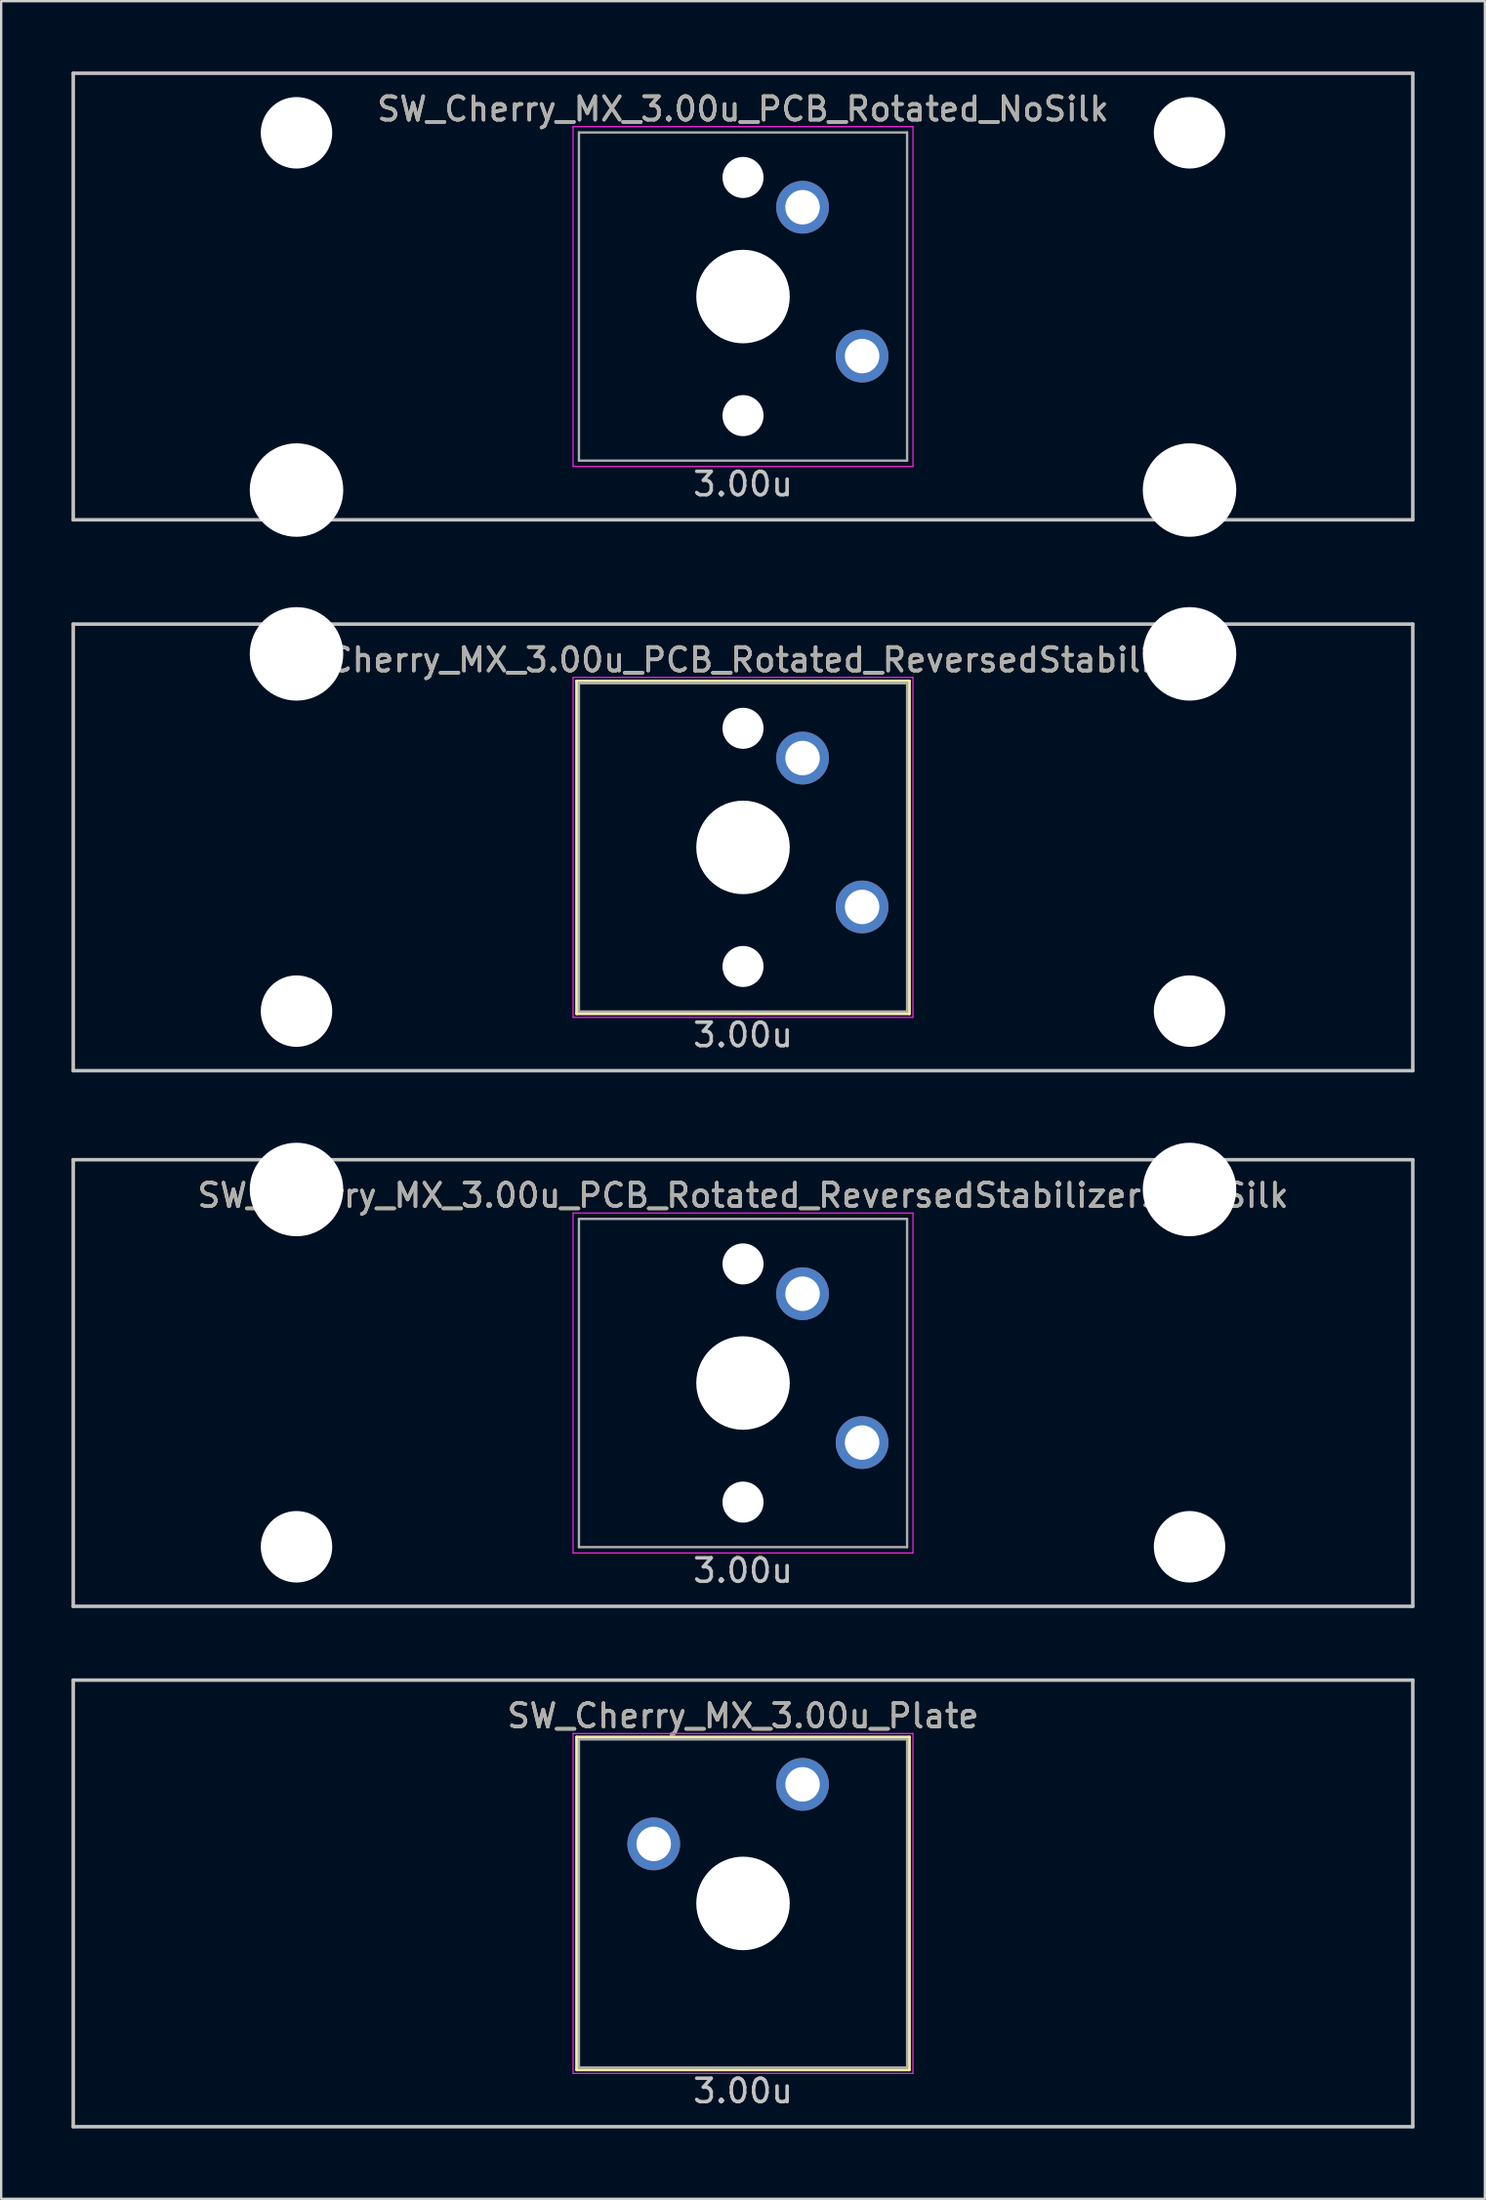
<source format=kicad_pcb>
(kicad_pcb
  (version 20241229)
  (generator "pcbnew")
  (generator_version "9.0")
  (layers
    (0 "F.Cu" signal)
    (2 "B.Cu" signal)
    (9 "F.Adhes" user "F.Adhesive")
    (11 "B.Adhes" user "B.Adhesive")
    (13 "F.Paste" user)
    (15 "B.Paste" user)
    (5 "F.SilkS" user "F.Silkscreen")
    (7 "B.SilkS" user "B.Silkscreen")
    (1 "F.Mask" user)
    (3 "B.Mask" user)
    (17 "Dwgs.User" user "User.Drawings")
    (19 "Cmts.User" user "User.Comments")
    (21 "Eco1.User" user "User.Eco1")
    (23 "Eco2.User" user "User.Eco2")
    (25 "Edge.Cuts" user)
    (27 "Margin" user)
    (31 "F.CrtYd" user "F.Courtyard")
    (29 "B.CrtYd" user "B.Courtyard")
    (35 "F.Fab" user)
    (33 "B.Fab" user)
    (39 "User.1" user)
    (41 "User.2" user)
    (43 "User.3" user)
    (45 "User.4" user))
  (footprint "SW_Cherry_MX_3.00u_PCB_Rotated_NoSilk"
    (layer "F.Cu")
    (at 28.65 9.6)
    (property "Reference" "SW_Cherry_MX_3.00u_PCB_Rotated_NoSilk" (at 0 -8 0) (layer "F.SilkS") (effects (font (size 1 1) (thickness 0.15))))
    (attr through_hole)
    (fp_line (start -28.575 -9.525) (end 28.575 -9.525) (stroke (width 0.15) (type solid)) (layer "Dwgs.User"))
    (fp_line (start -28.575 9.525) (end -28.575 -9.525) (stroke (width 0.15) (type solid)) (layer "Dwgs.User"))
    (fp_line (start -28.575 9.525) (end 28.575 9.525) (stroke (width 0.15) (type solid)) (layer "Dwgs.User"))
    (fp_line (start 28.575 -9.525) (end 28.575 9.525) (stroke (width 0.15) (type solid)) (layer "Dwgs.User"))
    (fp_line (start -7.25 -7.25) (end 7.25 -7.25) (stroke (width 0.05) (type solid)) (layer "F.CrtYd"))
    (fp_line (start -7.25 7.25) (end -7.25 -7.25) (stroke (width 0.05) (type solid)) (layer "F.CrtYd"))
    (fp_line (start 7.25 -7.25) (end 7.25 7.25) (stroke (width 0.05) (type solid)) (layer "F.CrtYd"))
    (fp_line (start 7.25 7.25) (end -7.25 7.25) (stroke (width 0.05) (type solid)) (layer "F.CrtYd"))
    (fp_line (start -7 -7) (end 7 -7) (stroke (width 0.1) (type solid)) (layer "F.Fab"))
    (fp_line (start -7 7) (end -7 -7) (stroke (width 0.1) (type solid)) (layer "F.Fab"))
    (fp_line (start 7 -7) (end 7 7) (stroke (width 0.1) (type solid)) (layer "F.Fab"))
    (fp_line (start 7 7) (end -7 7) (stroke (width 0.1) (type solid)) (layer "F.Fab"))
    (fp_text user "3.00u" (at 0 8 0) (layer "Dwgs.User") (effects (font (size 1 1) (thickness 0.15))))
    (fp_text user "${REFERENCE}" (at 0 -8 0) (layer "F.Fab") (effects (font (size 1 1) (thickness 0.15))))
    (pad "" np_thru_hole circle (at -19.05 -6.985) (size 3.048 3.048) (drill 3.048) (layers "*.Cu" "*.Mask"))
    (pad "" np_thru_hole circle (at -19.05 8.255) (size 3.988 3.988) (drill 3.988) (layers "*.Cu" "*.Mask"))
    (pad "" np_thru_hole circle (at 0 -5.08 318.1) (size 1.75 1.75) (drill 1.75) (layers "*.Cu" "*.Mask"))
    (pad "" np_thru_hole circle (at 0 0 270) (size 3.988 3.988) (drill 3.988) (layers "*.Cu" "*.Mask"))
    (pad "" np_thru_hole circle (at 0 5.08 318.1) (size 1.75 1.75) (drill 1.75) (layers "*.Cu" "*.Mask"))
    (pad "" np_thru_hole circle (at 19.05 -6.985) (size 3.048 3.048) (drill 3.048) (layers "*.Cu" "*.Mask"))
    (pad "" np_thru_hole circle (at 19.05 8.255) (size 3.988 3.988) (drill 3.988) (layers "*.Cu" "*.Mask"))
    (pad "1" thru_hole circle (at 2.54 -3.81 318.1) (size 2.25 2.25) (drill 1.47) (layers "*.Cu" "B.Mask"))
    (pad "2" thru_hole circle (at 5.08 2.54 270) (size 2.25 2.25) (drill 1.47) (layers "*.Cu" "B.Mask")))
  (footprint "SW_Cherry_MX_3.00u_PCB_Rotated_ReversedStabilizers_NoSilk"
    (layer "F.Cu")
    (at 28.65 55.947)
    (property "Reference" "SW_Cherry_MX_3.00u_PCB_Rotated_ReversedStabilizers_NoSilk" (at 0 -8 0) (layer "F.SilkS") (effects (font (size 1 1) (thickness 0.15))))
    (attr through_hole)
    (fp_line (start -28.575 -9.525) (end 28.575 -9.525) (stroke (width 0.15) (type solid)) (layer "Dwgs.User"))
    (fp_line (start -28.575 9.525) (end -28.575 -9.525) (stroke (width 0.15) (type solid)) (layer "Dwgs.User"))
    (fp_line (start -28.575 9.525) (end 28.575 9.525) (stroke (width 0.15) (type solid)) (layer "Dwgs.User"))
    (fp_line (start 28.575 -9.525) (end 28.575 9.525) (stroke (width 0.15) (type solid)) (layer "Dwgs.User"))
    (fp_line (start -7.25 -7.25) (end 7.25 -7.25) (stroke (width 0.05) (type solid)) (layer "F.CrtYd"))
    (fp_line (start -7.25 7.25) (end -7.25 -7.25) (stroke (width 0.05) (type solid)) (layer "F.CrtYd"))
    (fp_line (start 7.25 -7.25) (end 7.25 7.25) (stroke (width 0.05) (type solid)) (layer "F.CrtYd"))
    (fp_line (start 7.25 7.25) (end -7.25 7.25) (stroke (width 0.05) (type solid)) (layer "F.CrtYd"))
    (fp_line (start -7 -7) (end 7 -7) (stroke (width 0.1) (type solid)) (layer "F.Fab"))
    (fp_line (start -7 7) (end -7 -7) (stroke (width 0.1) (type solid)) (layer "F.Fab"))
    (fp_line (start 7 -7) (end 7 7) (stroke (width 0.1) (type solid)) (layer "F.Fab"))
    (fp_line (start 7 7) (end -7 7) (stroke (width 0.1) (type solid)) (layer "F.Fab"))
    (fp_text user "3.00u" (at 0 8 0) (layer "Dwgs.User") (effects (font (size 1 1) (thickness 0.15))))
    (fp_text user "${REFERENCE}" (at 0 -8 0) (layer "F.Fab") (effects (font (size 1 1) (thickness 0.15))))
    (pad "" np_thru_hole circle (at -19.05 -8.255) (size 3.988 3.988) (drill 3.988) (layers "*.Cu" "*.Mask"))
    (pad "" np_thru_hole circle (at -19.05 6.985) (size 3.048 3.048) (drill 3.048) (layers "*.Cu" "*.Mask"))
    (pad "" np_thru_hole circle (at 0 -5.08 318.1) (size 1.75 1.75) (drill 1.75) (layers "*.Cu" "*.Mask"))
    (pad "" np_thru_hole circle (at 0 0 270) (size 3.988 3.988) (drill 3.988) (layers "*.Cu" "*.Mask"))
    (pad "" np_thru_hole circle (at 0 5.08 318.1) (size 1.75 1.75) (drill 1.75) (layers "*.Cu" "*.Mask"))
    (pad "" np_thru_hole circle (at 19.05 -8.255) (size 3.988 3.988) (drill 3.988) (layers "*.Cu" "*.Mask"))
    (pad "" np_thru_hole circle (at 19.05 6.985) (size 3.048 3.048) (drill 3.048) (layers "*.Cu" "*.Mask"))
    (pad "1" thru_hole circle (at 2.54 -3.81 318.1) (size 2.25 2.25) (drill 1.47) (layers "*.Cu" "B.Mask"))
    (pad "2" thru_hole circle (at 5.08 2.54 270) (size 2.25 2.25) (drill 1.47) (layers "*.Cu" "B.Mask")))
  (footprint "SW_Cherry_MX_3.00u_Plate"
    (layer "F.Cu")
    (at 28.65 78.147)
    (property "Reference" "SW_Cherry_MX_3.00u_Plate" (at 0 -8 0) (layer "F.SilkS") (effects (font (size 1 1) (thickness 0.15))))
    (attr through_hole)
    (fp_line (start -7.1 -7.1) (end 7.1 -7.1) (stroke (width 0.12) (type solid)) (layer "F.SilkS"))
    (fp_line (start -7.1 7.1) (end -7.1 -7.1) (stroke (width 0.12) (type solid)) (layer "F.SilkS"))
    (fp_line (start 7.1 -7.1) (end 7.1 7.1) (stroke (width 0.12) (type solid)) (layer "F.SilkS"))
    (fp_line (start 7.1 7.1) (end -7.1 7.1) (stroke (width 0.12) (type solid)) (layer "F.SilkS"))
    (fp_line (start -28.575 -9.525) (end 28.575 -9.525) (stroke (width 0.15) (type solid)) (layer "Dwgs.User"))
    (fp_line (start -28.575 9.525) (end -28.575 -9.525) (stroke (width 0.15) (type solid)) (layer "Dwgs.User"))
    (fp_line (start -28.575 9.525) (end 28.575 9.525) (stroke (width 0.15) (type solid)) (layer "Dwgs.User"))
    (fp_line (start 28.575 -9.525) (end 28.575 9.525) (stroke (width 0.15) (type solid)) (layer "Dwgs.User"))
    (fp_line (start -7.25 -7.25) (end 7.25 -7.25) (stroke (width 0.05) (type solid)) (layer "F.CrtYd"))
    (fp_line (start -7.25 7.25) (end -7.25 -7.25) (stroke (width 0.05) (type solid)) (layer "F.CrtYd"))
    (fp_line (start 7.25 -7.25) (end 7.25 7.25) (stroke (width 0.05) (type solid)) (layer "F.CrtYd"))
    (fp_line (start 7.25 7.25) (end -7.25 7.25) (stroke (width 0.05) (type solid)) (layer "F.CrtYd"))
    (fp_line (start -7 -7) (end 7 -7) (stroke (width 0.1) (type solid)) (layer "F.Fab"))
    (fp_line (start -7 7) (end -7 -7) (stroke (width 0.1) (type solid)) (layer "F.Fab"))
    (fp_line (start 7 -7) (end 7 7) (stroke (width 0.1) (type solid)) (layer "F.Fab"))
    (fp_line (start 7 7) (end -7 7) (stroke (width 0.1) (type solid)) (layer "F.Fab"))
    (fp_text user "3.00u" (at 0 8 0) (layer "Dwgs.User") (effects (font (size 1 1) (thickness 0.15))))
    (fp_text user "${REFERENCE}" (at 0 -8 0) (layer "F.Fab") (effects (font (size 1 1) (thickness 0.15))))
    (pad "" np_thru_hole circle (at 0 0) (size 3.988 3.988) (drill 3.988) (layers "*.Cu" "*.Mask"))
    (pad "1" thru_hole circle (at -3.81 -2.54 48.1) (size 2.25 2.25) (drill 1.47) (layers "*.Cu" "B.Mask"))
    (pad "2" thru_hole circle (at 2.54 -5.08) (size 2.25 2.25) (drill 1.47) (layers "*.Cu" "B.Mask")))
  (footprint "SW_Cherry_MX_3.00u_PCB_Rotated_ReversedStabilizers"
    (layer "F.Cu")
    (at 28.65 33.098)
    (property "Reference" "SW_Cherry_MX_3.00u_PCB_Rotated_ReversedStabilizers" (at 0 -8 0) (layer "F.SilkS") (effects (font (size 1 1) (thickness 0.15))))
    (attr through_hole)
    (fp_line (start -7.1 -7.1) (end 7.1 -7.1) (stroke (width 0.12) (type solid)) (layer "F.SilkS"))
    (fp_line (start -7.1 7.1) (end -7.1 -7.1) (stroke (width 0.12) (type solid)) (layer "F.SilkS"))
    (fp_line (start 7.1 -7.1) (end 7.1 7.1) (stroke (width 0.12) (type solid)) (layer "F.SilkS"))
    (fp_line (start 7.1 7.1) (end -7.1 7.1) (stroke (width 0.12) (type solid)) (layer "F.SilkS"))
    (fp_line (start -28.575 -9.525) (end 28.575 -9.525) (stroke (width 0.15) (type solid)) (layer "Dwgs.User"))
    (fp_line (start -28.575 9.525) (end -28.575 -9.525) (stroke (width 0.15) (type solid)) (layer "Dwgs.User"))
    (fp_line (start -28.575 9.525) (end 28.575 9.525) (stroke (width 0.15) (type solid)) (layer "Dwgs.User"))
    (fp_line (start 28.575 -9.525) (end 28.575 9.525) (stroke (width 0.15) (type solid)) (layer "Dwgs.User"))
    (fp_line (start -7.25 -7.25) (end 7.25 -7.25) (stroke (width 0.05) (type solid)) (layer "F.CrtYd"))
    (fp_line (start -7.25 7.25) (end -7.25 -7.25) (stroke (width 0.05) (type solid)) (layer "F.CrtYd"))
    (fp_line (start 7.25 -7.25) (end 7.25 7.25) (stroke (width 0.05) (type solid)) (layer "F.CrtYd"))
    (fp_line (start 7.25 7.25) (end -7.25 7.25) (stroke (width 0.05) (type solid)) (layer "F.CrtYd"))
    (fp_line (start -7 -7) (end 7 -7) (stroke (width 0.1) (type solid)) (layer "F.Fab"))
    (fp_line (start -7 7) (end -7 -7) (stroke (width 0.1) (type solid)) (layer "F.Fab"))
    (fp_line (start 7 -7) (end 7 7) (stroke (width 0.1) (type solid)) (layer "F.Fab"))
    (fp_line (start 7 7) (end -7 7) (stroke (width 0.1) (type solid)) (layer "F.Fab"))
    (fp_text user "3.00u" (at 0 8 0) (layer "Dwgs.User") (effects (font (size 1 1) (thickness 0.15))))
    (fp_text user "${REFERENCE}" (at 0 -8 0) (layer "F.Fab") (effects (font (size 1 1) (thickness 0.15))))
    (pad "" np_thru_hole circle (at -19.05 -8.255) (size 3.988 3.988) (drill 3.988) (layers "*.Cu" "*.Mask"))
    (pad "" np_thru_hole circle (at -19.05 6.985) (size 3.048 3.048) (drill 3.048) (layers "*.Cu" "*.Mask"))
    (pad "" np_thru_hole circle (at 0 -5.08 318.1) (size 1.75 1.75) (drill 1.75) (layers "*.Cu" "*.Mask"))
    (pad "" np_thru_hole circle (at 0 0 270) (size 3.988 3.988) (drill 3.988) (layers "*.Cu" "*.Mask"))
    (pad "" np_thru_hole circle (at 0 5.08 318.1) (size 1.75 1.75) (drill 1.75) (layers "*.Cu" "*.Mask"))
    (pad "" np_thru_hole circle (at 19.05 -8.255) (size 3.988 3.988) (drill 3.988) (layers "*.Cu" "*.Mask"))
    (pad "" np_thru_hole circle (at 19.05 6.985) (size 3.048 3.048) (drill 3.048) (layers "*.Cu" "*.Mask"))
    (pad "1" thru_hole circle (at 2.54 -3.81 318.1) (size 2.25 2.25) (drill 1.47) (layers "*.Cu" "B.Mask"))
    (pad "2" thru_hole circle (at 5.08 2.54 270) (size 2.25 2.25) (drill 1.47) (layers "*.Cu" "B.Mask")))
  (gr_rect
    (start -3 -3)
    (end 60.3 90.747)
    (stroke (width 0.1) (type default))
    (fill no)
    (layer "Edge.Cuts")))
</source>
